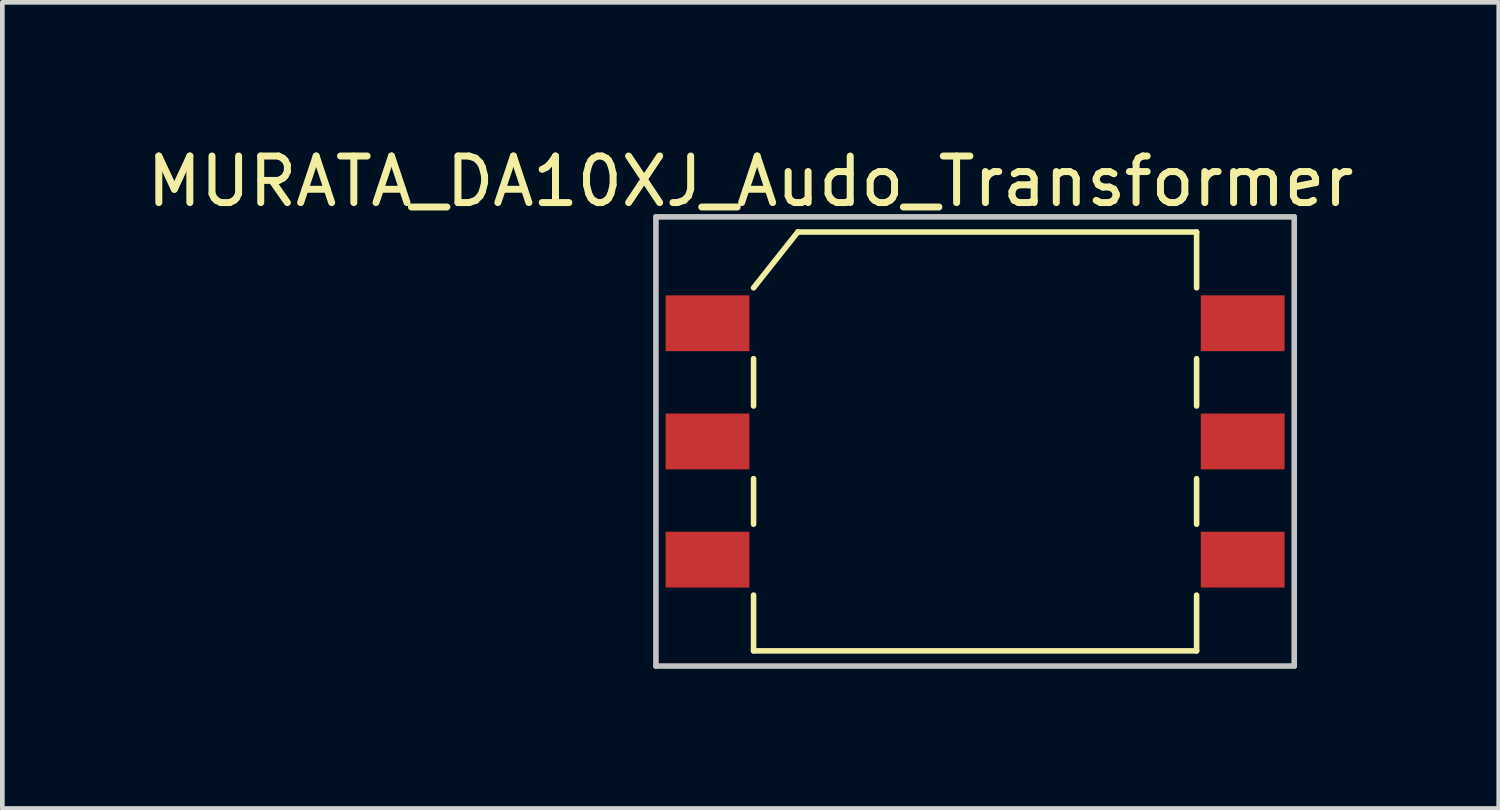
<source format=kicad_pcb>
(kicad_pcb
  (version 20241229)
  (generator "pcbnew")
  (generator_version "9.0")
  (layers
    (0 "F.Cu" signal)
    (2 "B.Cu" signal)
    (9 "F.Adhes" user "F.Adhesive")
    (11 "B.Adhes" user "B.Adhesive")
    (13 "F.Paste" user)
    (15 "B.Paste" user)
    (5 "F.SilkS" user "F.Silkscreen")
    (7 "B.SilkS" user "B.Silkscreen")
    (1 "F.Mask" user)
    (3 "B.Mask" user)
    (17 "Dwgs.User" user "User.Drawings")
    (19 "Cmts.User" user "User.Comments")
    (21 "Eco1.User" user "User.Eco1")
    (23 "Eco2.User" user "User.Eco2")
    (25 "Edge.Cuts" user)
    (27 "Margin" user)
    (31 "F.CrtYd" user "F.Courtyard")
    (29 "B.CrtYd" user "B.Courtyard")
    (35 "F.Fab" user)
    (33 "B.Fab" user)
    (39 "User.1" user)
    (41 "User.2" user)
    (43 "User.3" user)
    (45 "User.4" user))
  (footprint "MURATA_DA10XJ_Audo_Transformer"
    (layer "F.Cu")
    (at 17.903 6.436)
    (property "Reference" "MURATA_DA10XJ_Audo_Transformer" (at -4.826 -5.588 0) (layer "F.SilkS") (effects (font (size 1 1) (thickness 0.15))))
    (attr through_hole)
    (fp_line (start -4.76 -1.778) (end -4.76 -0.762) (stroke (width 0.12) (type solid)) (layer "F.SilkS"))
    (fp_line (start -4.76 0.8) (end -4.76 1.778) (stroke (width 0.12) (type solid)) (layer "F.SilkS"))
    (fp_line (start -4.76 4.5) (end -4.76 3.302) (stroke (width 0.12) (type solid)) (layer "F.SilkS"))
    (fp_line (start -4.76 4.5) (end 4.76 4.5) (stroke (width 0.12) (type solid)) (layer "F.SilkS"))
    (fp_line (start -3.81 -4.5) (end -4.76 -3.302) (stroke (width 0.12) (type solid)) (layer "F.SilkS"))
    (fp_line (start -3.81 -4.5) (end 4.76 -4.5) (stroke (width 0.12) (type solid)) (layer "F.SilkS"))
    (fp_line (start 4.76 -4.5) (end 4.76 -3.302) (stroke (width 0.12) (type solid)) (layer "F.SilkS"))
    (fp_line (start 4.76 -1.778) (end 4.76 -0.762) (stroke (width 0.12) (type solid)) (layer "F.SilkS"))
    (fp_line (start 4.76 0.8) (end 4.76 1.778) (stroke (width 0.12) (type solid)) (layer "F.SilkS"))
    (fp_line (start 4.76 4.5) (end 4.76 3.302) (stroke (width 0.12) (type solid)) (layer "F.SilkS"))
    (fp_line (start -6.858 -4.826) (end 6.858 -4.826) (stroke (width 0.12) (type solid)) (layer "Dwgs.User"))
    (fp_line (start -6.858 4.826) (end -6.858 -4.826) (stroke (width 0.12) (type solid)) (layer "Dwgs.User"))
    (fp_line (start 6.858 -4.826) (end 6.858 4.826) (stroke (width 0.12) (type solid)) (layer "Dwgs.User"))
    (fp_line (start 6.858 4.826) (end -6.858 4.826) (stroke (width 0.12) (type solid)) (layer "Dwgs.User"))
    (pad "1" smd rect (at -5.75 -2.54) (size 1.8 1.2) (layers "F.Cu" "F.Mask" "F.Paste"))
    (pad "2" smd rect (at -5.75 0) (size 1.8 1.2) (layers "F.Cu" "F.Mask" "F.Paste"))
    (pad "3" smd rect (at -5.75 2.54) (size 1.8 1.2) (layers "F.Cu" "F.Mask" "F.Paste"))
    (pad "4" smd rect (at 5.75 -2.54) (size 1.8 1.2) (layers "F.Cu" "F.Mask" "F.Paste"))
    (pad "5" smd rect (at 5.75 0) (size 1.8 1.2) (layers "F.Cu" "F.Mask" "F.Paste"))
    (pad "6" smd rect (at 5.75 2.54) (size 1.8 1.2) (layers "F.Cu" "F.Mask" "F.Paste")))
  (gr_rect
    (start -3 -3)
    (end 29.155 14.322)
    (stroke (width 0.1) (type default))
    (fill no)
    (layer "Edge.Cuts")))
</source>
